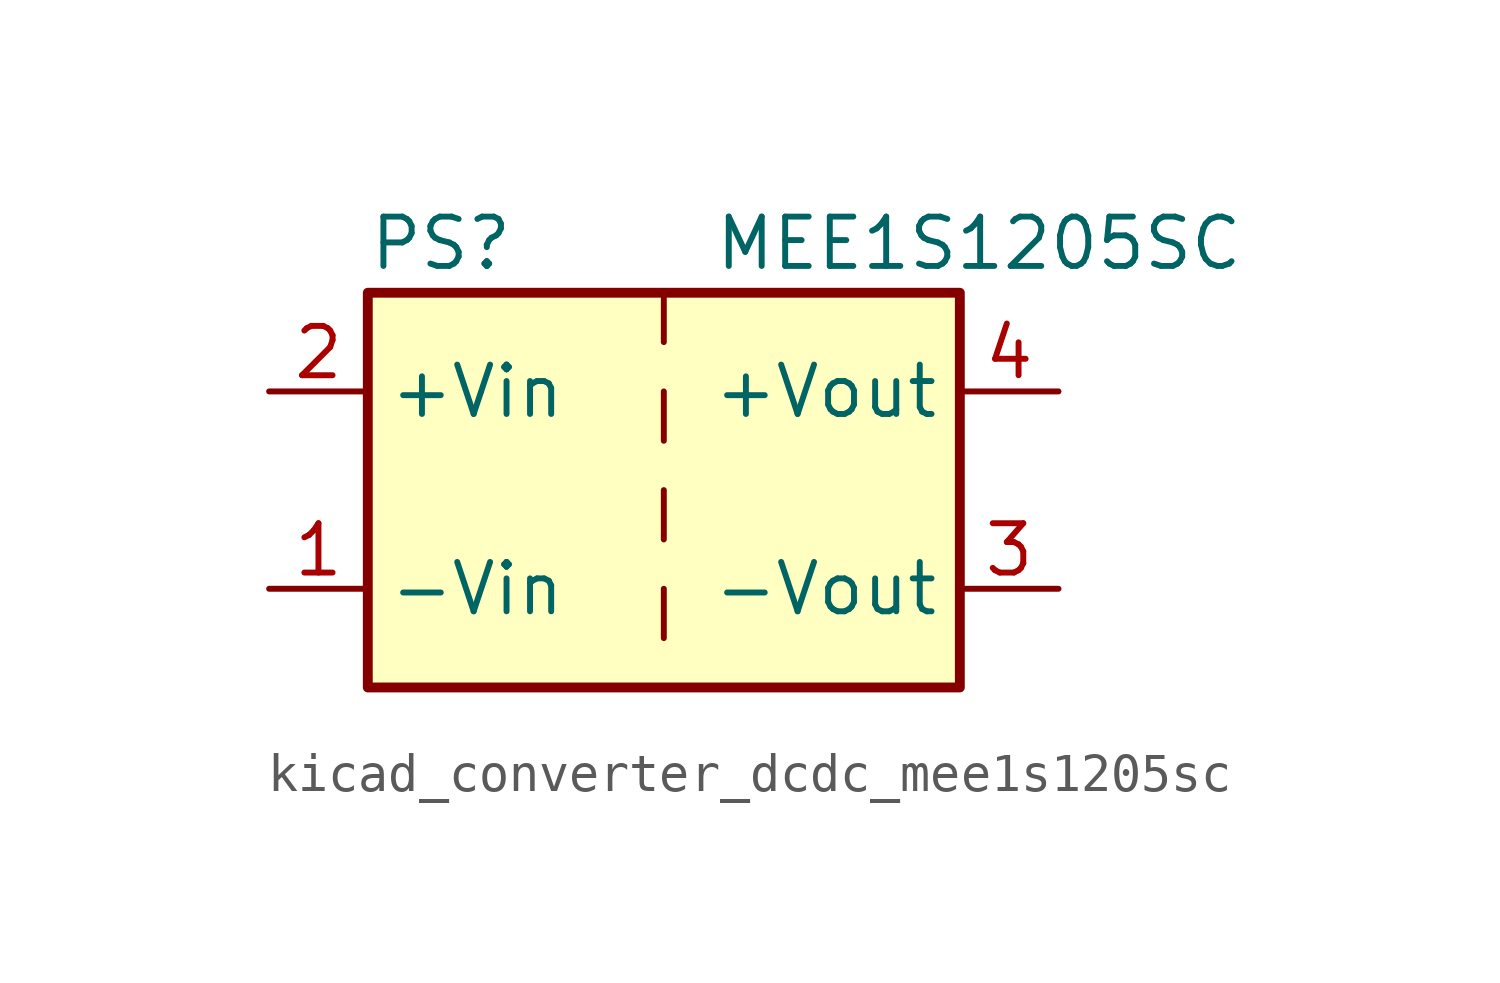
<source format=kicad_sym>
(kicad_symbol_lib
  (version 20220914)
  (generator kicad_symbol_editor)
  (symbol "kicad_converter_dcdc_mee1s1205sc"
    (property "Reference" "PS"
      (at -7.62 6.35 0)
      (effects (font (size 1.27 1.27)) (justify left)))
    (property "Value" "MEE1S1205SC"
      (at 1.27 6.35 0)
      (effects (font (size 1.27 1.27)) (justify left)))
    (symbol "kicad_converter_dcdc_mee1s1205sc_0_0"
      (pin power_in line (at -10.16 -2.54 0) (length 2.54) (name "-Vin" (effects (font (size 1.27 1.27)))) (number "1" (effects (font (size 1.27 1.27)))))
      (pin power_in line (at -10.16 2.54 0) (length 2.54) (name "+Vin" (effects (font (size 1.27 1.27)))) (number "2" (effects (font (size 1.27 1.27)))))
      (pin power_out line (at 10.16 -2.54 180) (length 2.54) (name "-Vout" (effects (font (size 1.27 1.27)))) (number "3" (effects (font (size 1.27 1.27)))))
      (pin power_out line (at 10.16 2.54 180) (length 2.54) (name "+Vout" (effects (font (size 1.27 1.27)))) (number "4" (effects (font (size 1.27 1.27))))))
    (symbol "kicad_converter_dcdc_mee1s1205sc_0_1"
      (rectangle (start -7.62 5.08) (end 7.62 -5.08) (stroke (width 0.254) (type default)) (fill (type background)))
      (polyline (pts (xy 0 -2.54) (xy 0 -3.81)) (stroke (width 0) (type default)) (fill (type none)))
      (polyline (pts (xy 0 0) (xy 0 -1.27)) (stroke (width 0) (type default)) (fill (type none)))
      (polyline (pts (xy 0 2.54) (xy 0 1.27)) (stroke (width 0) (type default)) (fill (type none)))
      (polyline (pts (xy 0 5.08) (xy 0 3.81)) (stroke (width 0) (type default)) (fill (type none))))))
</source>
